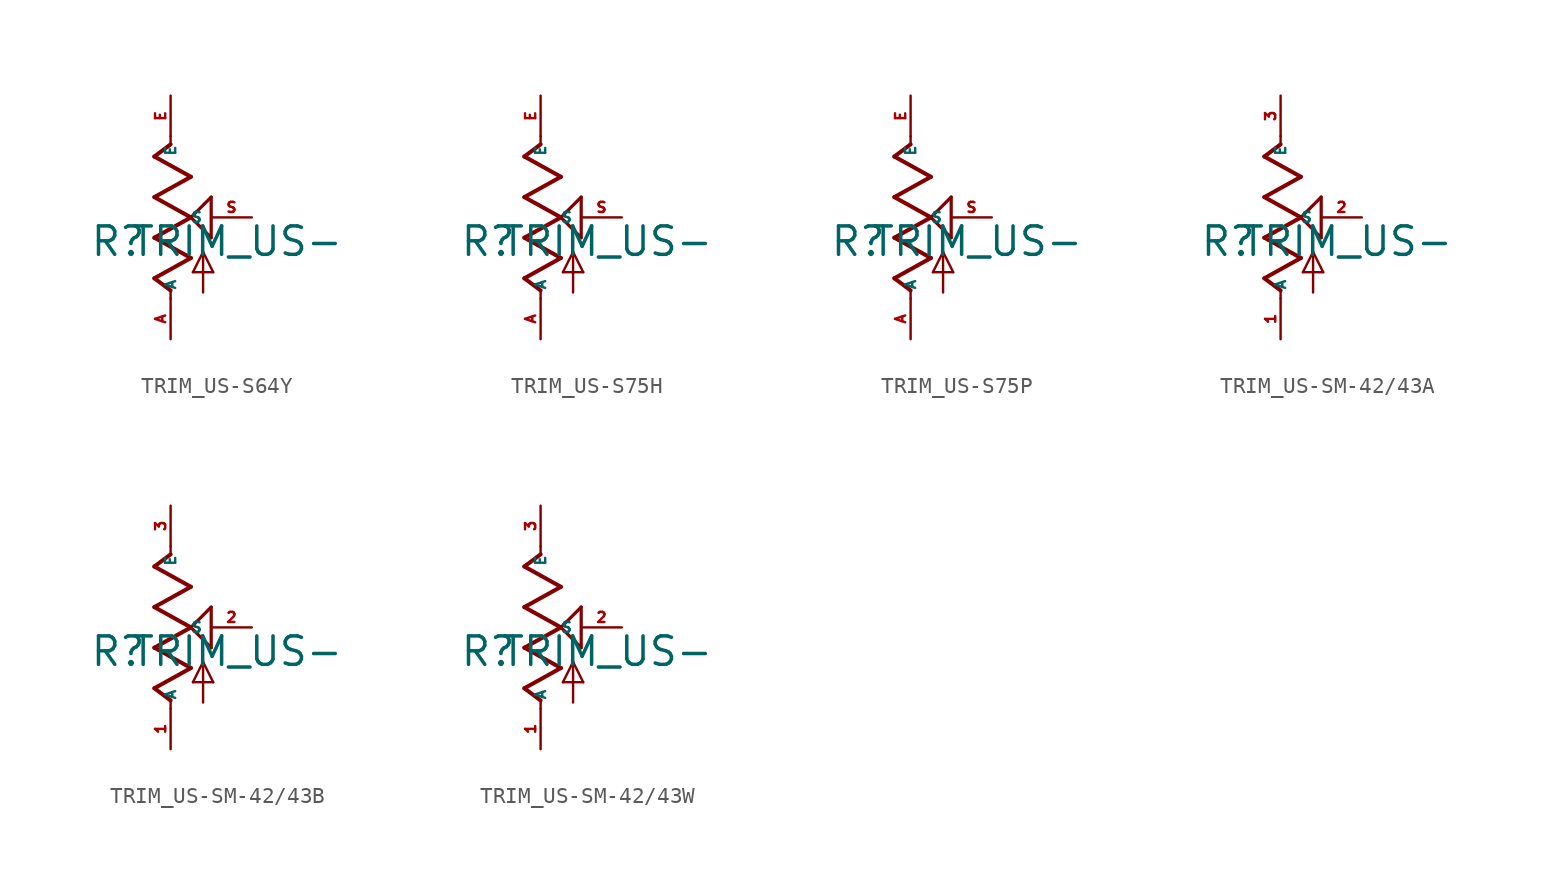
<source format=kicad_sym>
(kicad_symbol_lib
  (version 20220914)
  (generator Eagle2Kicad)
  (symbol "TRIM_US-S64Y"
    (property "Reference" "R"
      (at -5.08 -2.54 0)
      (effects (font (size 1.778 1.778) (thickness 0.22)) (justify left bottom)))
    (property "Value" "TRIM_US-"
      (at -2.54 -2.54 0)
      (effects (font (size 1.778 1.778) (thickness 0.22)) (justify left bottom)))
    (polyline
      (pts (xy 0 -5.08) (xy 0 -4.572))
      (stroke (width 0.152) (type default))
      (fill (type none)))
    (polyline
      (pts (xy 0 -4.572) (xy -1.016 -3.81))
      (stroke (width 0.254) (type default))
      (fill (type none)))
    (polyline
      (pts (xy -1.016 -3.81) (xy 1.27 -2.54))
      (stroke (width 0.254) (type default))
      (fill (type none)))
    (polyline
      (pts (xy 1.27 -2.54) (xy -1.016 -1.27))
      (stroke (width 0.254) (type default))
      (fill (type none)))
    (polyline
      (pts (xy -1.016 -1.27) (xy 1.27 0))
      (stroke (width 0.254) (type default))
      (fill (type none)))
    (polyline
      (pts (xy 1.27 0) (xy -1.016 1.27))
      (stroke (width 0.254) (type default))
      (fill (type none)))
    (polyline
      (pts (xy -1.016 1.27) (xy 1.27 2.54))
      (stroke (width 0.254) (type default))
      (fill (type none)))
    (polyline
      (pts (xy 1.27 2.54) (xy -1.016 3.81))
      (stroke (width 0.254) (type default))
      (fill (type none)))
    (polyline
      (pts (xy -1.016 3.81) (xy 0 4.572))
      (stroke (width 0.254) (type default))
      (fill (type none)))
    (polyline
      (pts (xy 0 4.572) (xy 0 5.08))
      (stroke (width 0.152) (type default))
      (fill (type none)))
    (polyline
      (pts (xy 1.27 0) (xy 2.54 1.27))
      (stroke (width 0.203) (type default))
      (fill (type none)))
    (polyline
      (pts (xy 2.54 -1.27) (xy 1.27 0))
      (stroke (width 0.203) (type default))
      (fill (type none)))
    (polyline
      (pts (xy 2.54 1.27) (xy 2.54 -1.27))
      (stroke (width 0.203) (type default))
      (fill (type none)))
    (polyline
      (pts (xy 2.032 -4.699) (xy 2.032 -2.159))
      (stroke (width 0.152) (type default))
      (fill (type none)))
    (polyline
      (pts (xy 2.032 -2.159) (xy 2.667 -3.429))
      (stroke (width 0.152) (type default))
      (fill (type none)))
    (polyline
      (pts (xy 2.667 -3.429) (xy 1.397 -3.429))
      (stroke (width 0.152) (type default))
      (fill (type none)))
    (polyline
      (pts (xy 1.397 -3.429) (xy 2.032 -2.159))
      (stroke (width 0.152) (type default))
      (fill (type none)))
    (pin passive line
      (at 0 -7.62 90)
      (length 2.54)
      (name "A" (effects (font (size 0.635 0.635) (thickness 0.08)) (justify left bottom)))
      (number "A" (effects (font (size 0.635 0.635) (thickness 0.08)) (justify left bottom))))
    (pin passive line
      (at 0 7.62 270)
      (length 2.54)
      (name "E" (effects (font (size 0.635 0.635) (thickness 0.08)) (justify left bottom)))
      (number "E" (effects (font (size 0.635 0.635) (thickness 0.08)) (justify left bottom))))
    (pin passive line
      (at 5.08 0 180)
      (length 2.54)
      (name "S" (effects (font (size 0.635 0.635) (thickness 0.08)) (justify left bottom)))
      (number "S" (effects (font (size 0.635 0.635) (thickness 0.08)) (justify left bottom)))))
  (symbol "TRIM_US-S75H"
    (property "Reference" "R"
      (at -5.08 -2.54 0)
      (effects (font (size 1.778 1.778) (thickness 0.22)) (justify left bottom)))
    (property "Value" "TRIM_US-"
      (at -2.54 -2.54 0)
      (effects (font (size 1.778 1.778) (thickness 0.22)) (justify left bottom)))
    (polyline
      (pts (xy 0 -5.08) (xy 0 -4.572))
      (stroke (width 0.152) (type default))
      (fill (type none)))
    (polyline
      (pts (xy 0 -4.572) (xy -1.016 -3.81))
      (stroke (width 0.254) (type default))
      (fill (type none)))
    (polyline
      (pts (xy -1.016 -3.81) (xy 1.27 -2.54))
      (stroke (width 0.254) (type default))
      (fill (type none)))
    (polyline
      (pts (xy 1.27 -2.54) (xy -1.016 -1.27))
      (stroke (width 0.254) (type default))
      (fill (type none)))
    (polyline
      (pts (xy -1.016 -1.27) (xy 1.27 0))
      (stroke (width 0.254) (type default))
      (fill (type none)))
    (polyline
      (pts (xy 1.27 0) (xy -1.016 1.27))
      (stroke (width 0.254) (type default))
      (fill (type none)))
    (polyline
      (pts (xy -1.016 1.27) (xy 1.27 2.54))
      (stroke (width 0.254) (type default))
      (fill (type none)))
    (polyline
      (pts (xy 1.27 2.54) (xy -1.016 3.81))
      (stroke (width 0.254) (type default))
      (fill (type none)))
    (polyline
      (pts (xy -1.016 3.81) (xy 0 4.572))
      (stroke (width 0.254) (type default))
      (fill (type none)))
    (polyline
      (pts (xy 0 4.572) (xy 0 5.08))
      (stroke (width 0.152) (type default))
      (fill (type none)))
    (polyline
      (pts (xy 1.27 0) (xy 2.54 1.27))
      (stroke (width 0.203) (type default))
      (fill (type none)))
    (polyline
      (pts (xy 2.54 -1.27) (xy 1.27 0))
      (stroke (width 0.203) (type default))
      (fill (type none)))
    (polyline
      (pts (xy 2.54 1.27) (xy 2.54 -1.27))
      (stroke (width 0.203) (type default))
      (fill (type none)))
    (polyline
      (pts (xy 2.032 -4.699) (xy 2.032 -2.159))
      (stroke (width 0.152) (type default))
      (fill (type none)))
    (polyline
      (pts (xy 2.032 -2.159) (xy 2.667 -3.429))
      (stroke (width 0.152) (type default))
      (fill (type none)))
    (polyline
      (pts (xy 2.667 -3.429) (xy 1.397 -3.429))
      (stroke (width 0.152) (type default))
      (fill (type none)))
    (polyline
      (pts (xy 1.397 -3.429) (xy 2.032 -2.159))
      (stroke (width 0.152) (type default))
      (fill (type none)))
    (pin passive line
      (at 0 -7.62 90)
      (length 2.54)
      (name "A" (effects (font (size 0.635 0.635) (thickness 0.08)) (justify left bottom)))
      (number "A" (effects (font (size 0.635 0.635) (thickness 0.08)) (justify left bottom))))
    (pin passive line
      (at 0 7.62 270)
      (length 2.54)
      (name "E" (effects (font (size 0.635 0.635) (thickness 0.08)) (justify left bottom)))
      (number "E" (effects (font (size 0.635 0.635) (thickness 0.08)) (justify left bottom))))
    (pin passive line
      (at 5.08 0 180)
      (length 2.54)
      (name "S" (effects (font (size 0.635 0.635) (thickness 0.08)) (justify left bottom)))
      (number "S" (effects (font (size 0.635 0.635) (thickness 0.08)) (justify left bottom)))))
  (symbol "TRIM_US-S75P"
    (property "Reference" "R"
      (at -5.08 -2.54 0)
      (effects (font (size 1.778 1.778) (thickness 0.22)) (justify left bottom)))
    (property "Value" "TRIM_US-"
      (at -2.54 -2.54 0)
      (effects (font (size 1.778 1.778) (thickness 0.22)) (justify left bottom)))
    (polyline
      (pts (xy 0 -5.08) (xy 0 -4.572))
      (stroke (width 0.152) (type default))
      (fill (type none)))
    (polyline
      (pts (xy 0 -4.572) (xy -1.016 -3.81))
      (stroke (width 0.254) (type default))
      (fill (type none)))
    (polyline
      (pts (xy -1.016 -3.81) (xy 1.27 -2.54))
      (stroke (width 0.254) (type default))
      (fill (type none)))
    (polyline
      (pts (xy 1.27 -2.54) (xy -1.016 -1.27))
      (stroke (width 0.254) (type default))
      (fill (type none)))
    (polyline
      (pts (xy -1.016 -1.27) (xy 1.27 0))
      (stroke (width 0.254) (type default))
      (fill (type none)))
    (polyline
      (pts (xy 1.27 0) (xy -1.016 1.27))
      (stroke (width 0.254) (type default))
      (fill (type none)))
    (polyline
      (pts (xy -1.016 1.27) (xy 1.27 2.54))
      (stroke (width 0.254) (type default))
      (fill (type none)))
    (polyline
      (pts (xy 1.27 2.54) (xy -1.016 3.81))
      (stroke (width 0.254) (type default))
      (fill (type none)))
    (polyline
      (pts (xy -1.016 3.81) (xy 0 4.572))
      (stroke (width 0.254) (type default))
      (fill (type none)))
    (polyline
      (pts (xy 0 4.572) (xy 0 5.08))
      (stroke (width 0.152) (type default))
      (fill (type none)))
    (polyline
      (pts (xy 1.27 0) (xy 2.54 1.27))
      (stroke (width 0.203) (type default))
      (fill (type none)))
    (polyline
      (pts (xy 2.54 -1.27) (xy 1.27 0))
      (stroke (width 0.203) (type default))
      (fill (type none)))
    (polyline
      (pts (xy 2.54 1.27) (xy 2.54 -1.27))
      (stroke (width 0.203) (type default))
      (fill (type none)))
    (polyline
      (pts (xy 2.032 -4.699) (xy 2.032 -2.159))
      (stroke (width 0.152) (type default))
      (fill (type none)))
    (polyline
      (pts (xy 2.032 -2.159) (xy 2.667 -3.429))
      (stroke (width 0.152) (type default))
      (fill (type none)))
    (polyline
      (pts (xy 2.667 -3.429) (xy 1.397 -3.429))
      (stroke (width 0.152) (type default))
      (fill (type none)))
    (polyline
      (pts (xy 1.397 -3.429) (xy 2.032 -2.159))
      (stroke (width 0.152) (type default))
      (fill (type none)))
    (pin passive line
      (at 0 -7.62 90)
      (length 2.54)
      (name "A" (effects (font (size 0.635 0.635) (thickness 0.08)) (justify left bottom)))
      (number "A" (effects (font (size 0.635 0.635) (thickness 0.08)) (justify left bottom))))
    (pin passive line
      (at 0 7.62 270)
      (length 2.54)
      (name "E" (effects (font (size 0.635 0.635) (thickness 0.08)) (justify left bottom)))
      (number "E" (effects (font (size 0.635 0.635) (thickness 0.08)) (justify left bottom))))
    (pin passive line
      (at 5.08 0 180)
      (length 2.54)
      (name "S" (effects (font (size 0.635 0.635) (thickness 0.08)) (justify left bottom)))
      (number "S" (effects (font (size 0.635 0.635) (thickness 0.08)) (justify left bottom)))))
  (symbol "TRIM_US-SM-42/43A"
    (property "Reference" "R"
      (at -5.08 -2.54 0)
      (effects (font (size 1.778 1.778) (thickness 0.22)) (justify left bottom)))
    (property "Value" "TRIM_US-"
      (at -2.54 -2.54 0)
      (effects (font (size 1.778 1.778) (thickness 0.22)) (justify left bottom)))
    (polyline
      (pts (xy 0 -5.08) (xy 0 -4.572))
      (stroke (width 0.152) (type default))
      (fill (type none)))
    (polyline
      (pts (xy 0 -4.572) (xy -1.016 -3.81))
      (stroke (width 0.254) (type default))
      (fill (type none)))
    (polyline
      (pts (xy -1.016 -3.81) (xy 1.27 -2.54))
      (stroke (width 0.254) (type default))
      (fill (type none)))
    (polyline
      (pts (xy 1.27 -2.54) (xy -1.016 -1.27))
      (stroke (width 0.254) (type default))
      (fill (type none)))
    (polyline
      (pts (xy -1.016 -1.27) (xy 1.27 0))
      (stroke (width 0.254) (type default))
      (fill (type none)))
    (polyline
      (pts (xy 1.27 0) (xy -1.016 1.27))
      (stroke (width 0.254) (type default))
      (fill (type none)))
    (polyline
      (pts (xy -1.016 1.27) (xy 1.27 2.54))
      (stroke (width 0.254) (type default))
      (fill (type none)))
    (polyline
      (pts (xy 1.27 2.54) (xy -1.016 3.81))
      (stroke (width 0.254) (type default))
      (fill (type none)))
    (polyline
      (pts (xy -1.016 3.81) (xy 0 4.572))
      (stroke (width 0.254) (type default))
      (fill (type none)))
    (polyline
      (pts (xy 0 4.572) (xy 0 5.08))
      (stroke (width 0.152) (type default))
      (fill (type none)))
    (polyline
      (pts (xy 1.27 0) (xy 2.54 1.27))
      (stroke (width 0.203) (type default))
      (fill (type none)))
    (polyline
      (pts (xy 2.54 -1.27) (xy 1.27 0))
      (stroke (width 0.203) (type default))
      (fill (type none)))
    (polyline
      (pts (xy 2.54 1.27) (xy 2.54 -1.27))
      (stroke (width 0.203) (type default))
      (fill (type none)))
    (polyline
      (pts (xy 2.032 -4.699) (xy 2.032 -2.159))
      (stroke (width 0.152) (type default))
      (fill (type none)))
    (polyline
      (pts (xy 2.032 -2.159) (xy 2.667 -3.429))
      (stroke (width 0.152) (type default))
      (fill (type none)))
    (polyline
      (pts (xy 2.667 -3.429) (xy 1.397 -3.429))
      (stroke (width 0.152) (type default))
      (fill (type none)))
    (polyline
      (pts (xy 1.397 -3.429) (xy 2.032 -2.159))
      (stroke (width 0.152) (type default))
      (fill (type none)))
    (pin passive line
      (at 0 -7.62 90)
      (length 2.54)
      (name "A" (effects (font (size 0.635 0.635) (thickness 0.08)) (justify left bottom)))
      (number "1" (effects (font (size 0.635 0.635) (thickness 0.08)) (justify left bottom))))
    (pin passive line
      (at 0 7.62 270)
      (length 2.54)
      (name "E" (effects (font (size 0.635 0.635) (thickness 0.08)) (justify left bottom)))
      (number "3" (effects (font (size 0.635 0.635) (thickness 0.08)) (justify left bottom))))
    (pin passive line
      (at 5.08 0 180)
      (length 2.54)
      (name "S" (effects (font (size 0.635 0.635) (thickness 0.08)) (justify left bottom)))
      (number "2" (effects (font (size 0.635 0.635) (thickness 0.08)) (justify left bottom)))))
  (symbol "TRIM_US-SM-42/43B"
    (property "Reference" "R"
      (at -5.08 -2.54 0)
      (effects (font (size 1.778 1.778) (thickness 0.22)) (justify left bottom)))
    (property "Value" "TRIM_US-"
      (at -2.54 -2.54 0)
      (effects (font (size 1.778 1.778) (thickness 0.22)) (justify left bottom)))
    (polyline
      (pts (xy 0 -5.08) (xy 0 -4.572))
      (stroke (width 0.152) (type default))
      (fill (type none)))
    (polyline
      (pts (xy 0 -4.572) (xy -1.016 -3.81))
      (stroke (width 0.254) (type default))
      (fill (type none)))
    (polyline
      (pts (xy -1.016 -3.81) (xy 1.27 -2.54))
      (stroke (width 0.254) (type default))
      (fill (type none)))
    (polyline
      (pts (xy 1.27 -2.54) (xy -1.016 -1.27))
      (stroke (width 0.254) (type default))
      (fill (type none)))
    (polyline
      (pts (xy -1.016 -1.27) (xy 1.27 0))
      (stroke (width 0.254) (type default))
      (fill (type none)))
    (polyline
      (pts (xy 1.27 0) (xy -1.016 1.27))
      (stroke (width 0.254) (type default))
      (fill (type none)))
    (polyline
      (pts (xy -1.016 1.27) (xy 1.27 2.54))
      (stroke (width 0.254) (type default))
      (fill (type none)))
    (polyline
      (pts (xy 1.27 2.54) (xy -1.016 3.81))
      (stroke (width 0.254) (type default))
      (fill (type none)))
    (polyline
      (pts (xy -1.016 3.81) (xy 0 4.572))
      (stroke (width 0.254) (type default))
      (fill (type none)))
    (polyline
      (pts (xy 0 4.572) (xy 0 5.08))
      (stroke (width 0.152) (type default))
      (fill (type none)))
    (polyline
      (pts (xy 1.27 0) (xy 2.54 1.27))
      (stroke (width 0.203) (type default))
      (fill (type none)))
    (polyline
      (pts (xy 2.54 -1.27) (xy 1.27 0))
      (stroke (width 0.203) (type default))
      (fill (type none)))
    (polyline
      (pts (xy 2.54 1.27) (xy 2.54 -1.27))
      (stroke (width 0.203) (type default))
      (fill (type none)))
    (polyline
      (pts (xy 2.032 -4.699) (xy 2.032 -2.159))
      (stroke (width 0.152) (type default))
      (fill (type none)))
    (polyline
      (pts (xy 2.032 -2.159) (xy 2.667 -3.429))
      (stroke (width 0.152) (type default))
      (fill (type none)))
    (polyline
      (pts (xy 2.667 -3.429) (xy 1.397 -3.429))
      (stroke (width 0.152) (type default))
      (fill (type none)))
    (polyline
      (pts (xy 1.397 -3.429) (xy 2.032 -2.159))
      (stroke (width 0.152) (type default))
      (fill (type none)))
    (pin passive line
      (at 0 -7.62 90)
      (length 2.54)
      (name "A" (effects (font (size 0.635 0.635) (thickness 0.08)) (justify left bottom)))
      (number "1" (effects (font (size 0.635 0.635) (thickness 0.08)) (justify left bottom))))
    (pin passive line
      (at 0 7.62 270)
      (length 2.54)
      (name "E" (effects (font (size 0.635 0.635) (thickness 0.08)) (justify left bottom)))
      (number "3" (effects (font (size 0.635 0.635) (thickness 0.08)) (justify left bottom))))
    (pin passive line
      (at 5.08 0 180)
      (length 2.54)
      (name "S" (effects (font (size 0.635 0.635) (thickness 0.08)) (justify left bottom)))
      (number "2" (effects (font (size 0.635 0.635) (thickness 0.08)) (justify left bottom)))))
  (symbol "TRIM_US-SM-42/43W"
    (property "Reference" "R"
      (at -5.08 -2.54 0)
      (effects (font (size 1.778 1.778) (thickness 0.22)) (justify left bottom)))
    (property "Value" "TRIM_US-"
      (at -2.54 -2.54 0)
      (effects (font (size 1.778 1.778) (thickness 0.22)) (justify left bottom)))
    (polyline
      (pts (xy 0 -5.08) (xy 0 -4.572))
      (stroke (width 0.152) (type default))
      (fill (type none)))
    (polyline
      (pts (xy 0 -4.572) (xy -1.016 -3.81))
      (stroke (width 0.254) (type default))
      (fill (type none)))
    (polyline
      (pts (xy -1.016 -3.81) (xy 1.27 -2.54))
      (stroke (width 0.254) (type default))
      (fill (type none)))
    (polyline
      (pts (xy 1.27 -2.54) (xy -1.016 -1.27))
      (stroke (width 0.254) (type default))
      (fill (type none)))
    (polyline
      (pts (xy -1.016 -1.27) (xy 1.27 0))
      (stroke (width 0.254) (type default))
      (fill (type none)))
    (polyline
      (pts (xy 1.27 0) (xy -1.016 1.27))
      (stroke (width 0.254) (type default))
      (fill (type none)))
    (polyline
      (pts (xy -1.016 1.27) (xy 1.27 2.54))
      (stroke (width 0.254) (type default))
      (fill (type none)))
    (polyline
      (pts (xy 1.27 2.54) (xy -1.016 3.81))
      (stroke (width 0.254) (type default))
      (fill (type none)))
    (polyline
      (pts (xy -1.016 3.81) (xy 0 4.572))
      (stroke (width 0.254) (type default))
      (fill (type none)))
    (polyline
      (pts (xy 0 4.572) (xy 0 5.08))
      (stroke (width 0.152) (type default))
      (fill (type none)))
    (polyline
      (pts (xy 1.27 0) (xy 2.54 1.27))
      (stroke (width 0.203) (type default))
      (fill (type none)))
    (polyline
      (pts (xy 2.54 -1.27) (xy 1.27 0))
      (stroke (width 0.203) (type default))
      (fill (type none)))
    (polyline
      (pts (xy 2.54 1.27) (xy 2.54 -1.27))
      (stroke (width 0.203) (type default))
      (fill (type none)))
    (polyline
      (pts (xy 2.032 -4.699) (xy 2.032 -2.159))
      (stroke (width 0.152) (type default))
      (fill (type none)))
    (polyline
      (pts (xy 2.032 -2.159) (xy 2.667 -3.429))
      (stroke (width 0.152) (type default))
      (fill (type none)))
    (polyline
      (pts (xy 2.667 -3.429) (xy 1.397 -3.429))
      (stroke (width 0.152) (type default))
      (fill (type none)))
    (polyline
      (pts (xy 1.397 -3.429) (xy 2.032 -2.159))
      (stroke (width 0.152) (type default))
      (fill (type none)))
    (pin passive line
      (at 0 -7.62 90)
      (length 2.54)
      (name "A" (effects (font (size 0.635 0.635) (thickness 0.08)) (justify left bottom)))
      (number "1" (effects (font (size 0.635 0.635) (thickness 0.08)) (justify left bottom))))
    (pin passive line
      (at 0 7.62 270)
      (length 2.54)
      (name "E" (effects (font (size 0.635 0.635) (thickness 0.08)) (justify left bottom)))
      (number "3" (effects (font (size 0.635 0.635) (thickness 0.08)) (justify left bottom))))
    (pin passive line
      (at 5.08 0 180)
      (length 2.54)
      (name "S" (effects (font (size 0.635 0.635) (thickness 0.08)) (justify left bottom)))
      (number "2" (effects (font (size 0.635 0.635) (thickness 0.08)) (justify left bottom))))))
</source>
